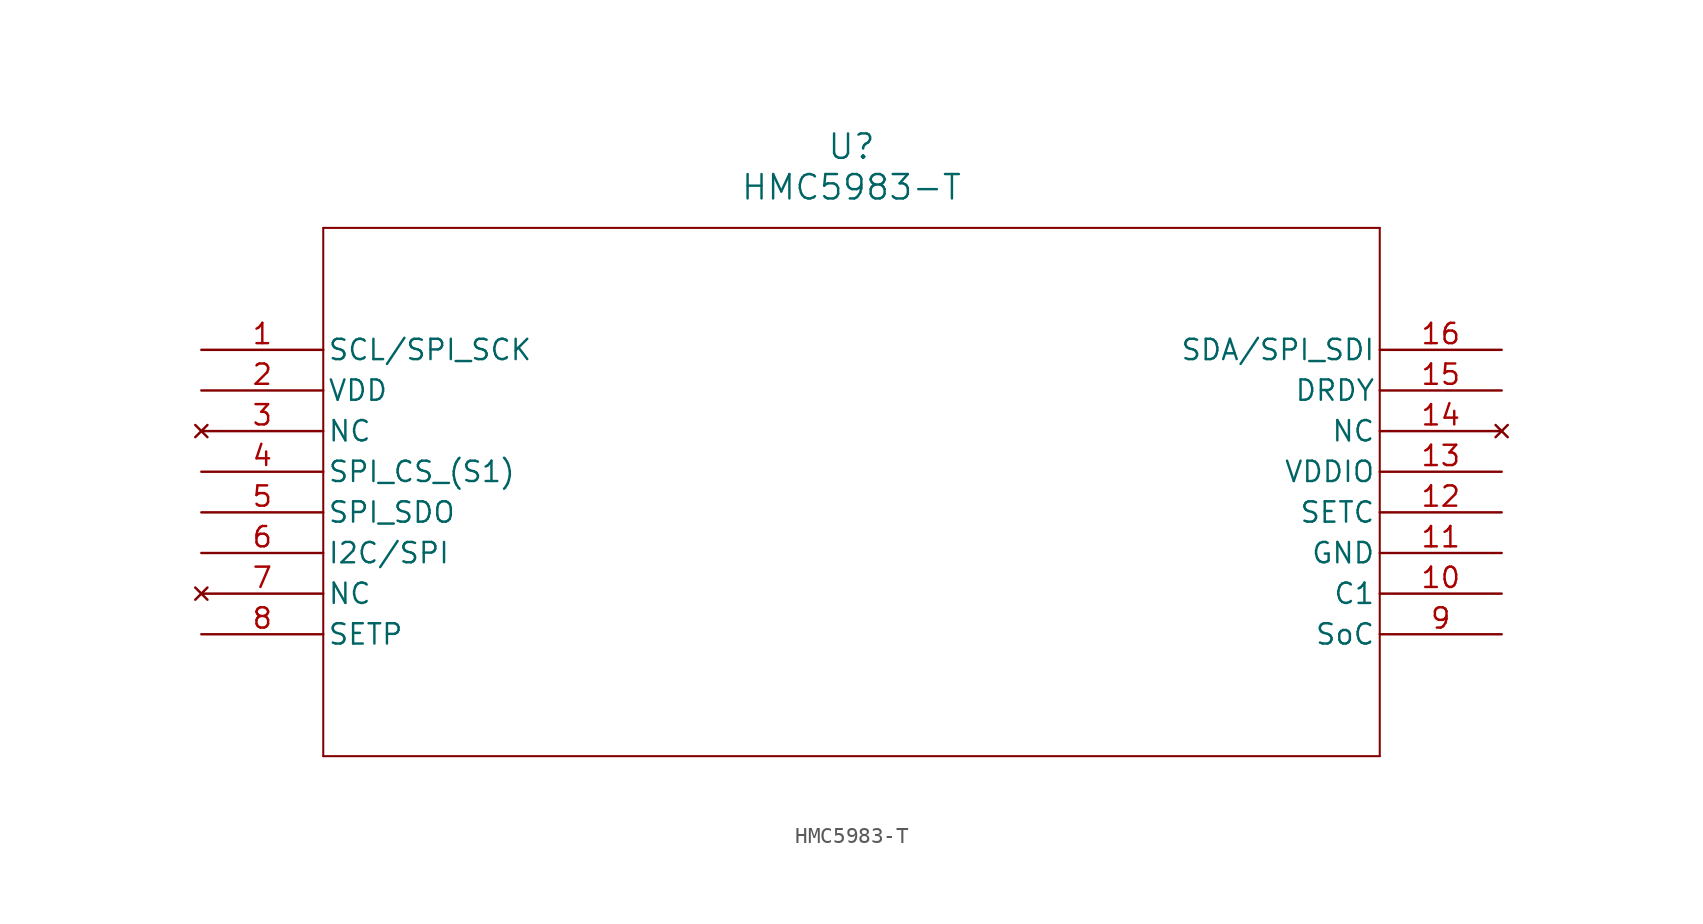
<source format=kicad_sym>
(kicad_symbol_lib
  (version 20211014)
  (generator kicad_symbol_editor)
  (symbol "HMC5983-T"
    (pin_names
      (offset 0.254))
    (property "Reference" "U"
      (at 40.64 12.7 0)
      (effects (font (size 1.524 1.524))))
    (property "Value" "HMC5983-T"
      (at 40.64 10.16 0)
      (effects (font (size 1.524 1.524))))
    (symbol "HMC5983-T_0_1"
      (polyline (pts (xy 7.62 7.62) (xy 7.62 -25.4)) (stroke (width 0.127) (type default) (color 0 0 0 0)) (fill (type none)))
      (polyline (pts (xy 7.62 -25.4) (xy 73.66 -25.4)) (stroke (width 0.127) (type default) (color 0 0 0 0)) (fill (type none)))
      (polyline (pts (xy 73.66 -25.4) (xy 73.66 7.62)) (stroke (width 0.127) (type default) (color 0 0 0 0)) (fill (type none)))
      (polyline (pts (xy 73.66 7.62) (xy 7.62 7.62)) (stroke (width 0.127) (type default) (color 0 0 0 0)) (fill (type none)))
      (pin unspecified line (at 0 0 0) (length 7.62) (name "SCL/SPI_SCK" (effects (font (size 1.27 1.27)))) (number "1" (effects (font (size 1.27 1.27)))))
      (pin power_in line (at 0 -2.54 0) (length 7.62) (name "VDD" (effects (font (size 1.27 1.27)))) (number "2" (effects (font (size 1.27 1.27)))))
      (pin no_connect line (at 0 -5.08 0) (length 7.62) (name "NC" (effects (font (size 1.27 1.27)))) (number "3" (effects (font (size 1.27 1.27)))))
      (pin unspecified line (at 0 -7.62 0) (length 7.62) (name "SPI_CS (S1)" (effects (font (size 1.27 1.27)))) (number "4" (effects (font (size 1.27 1.27)))))
      (pin unspecified line (at 0 -10.16 0) (length 7.62) (name "SPI_SDO" (effects (font (size 1.27 1.27)))) (number "5" (effects (font (size 1.27 1.27)))))
      (pin unspecified line (at 0 -12.7 0) (length 7.62) (name "I2C/SPI" (effects (font (size 1.27 1.27)))) (number "6" (effects (font (size 1.27 1.27)))))
      (pin no_connect line (at 0 -15.24 0) (length 7.62) (name "NC" (effects (font (size 1.27 1.27)))) (number "7" (effects (font (size 1.27 1.27)))))
      (pin unspecified line (at 0 -17.78 0) (length 7.62) (name "SETP" (effects (font (size 1.27 1.27)))) (number "8" (effects (font (size 1.27 1.27)))))
      (pin unspecified line (at 81.28 -17.78 180) (length 7.62) (name "SoC" (effects (font (size 1.27 1.27)))) (number "9" (effects (font (size 1.27 1.27)))))
      (pin unspecified line (at 81.28 -15.24 180) (length 7.62) (name "C1" (effects (font (size 1.27 1.27)))) (number "10" (effects (font (size 1.27 1.27)))))
      (pin power_out line (at 81.28 -12.7 180) (length 7.62) (name "GND" (effects (font (size 1.27 1.27)))) (number "11" (effects (font (size 1.27 1.27)))))
      (pin unspecified line (at 81.28 -10.16 180) (length 7.62) (name "SETC" (effects (font (size 1.27 1.27)))) (number "12" (effects (font (size 1.27 1.27)))))
      (pin power_in line (at 81.28 -7.62 180) (length 7.62) (name "VDDIO" (effects (font (size 1.27 1.27)))) (number "13" (effects (font (size 1.27 1.27)))))
      (pin no_connect line (at 81.28 -5.08 180) (length 7.62) (name "NC" (effects (font (size 1.27 1.27)))) (number "14" (effects (font (size 1.27 1.27)))))
      (pin unspecified line (at 81.28 -2.54 180) (length 7.62) (name "DRDY" (effects (font (size 1.27 1.27)))) (number "15" (effects (font (size 1.27 1.27)))))
      (pin unspecified line (at 81.28 0 180) (length 7.62) (name "SDA/SPI_SDI" (effects (font (size 1.27 1.27)))) (number "16" (effects (font (size 1.27 1.27))))))))
</source>
